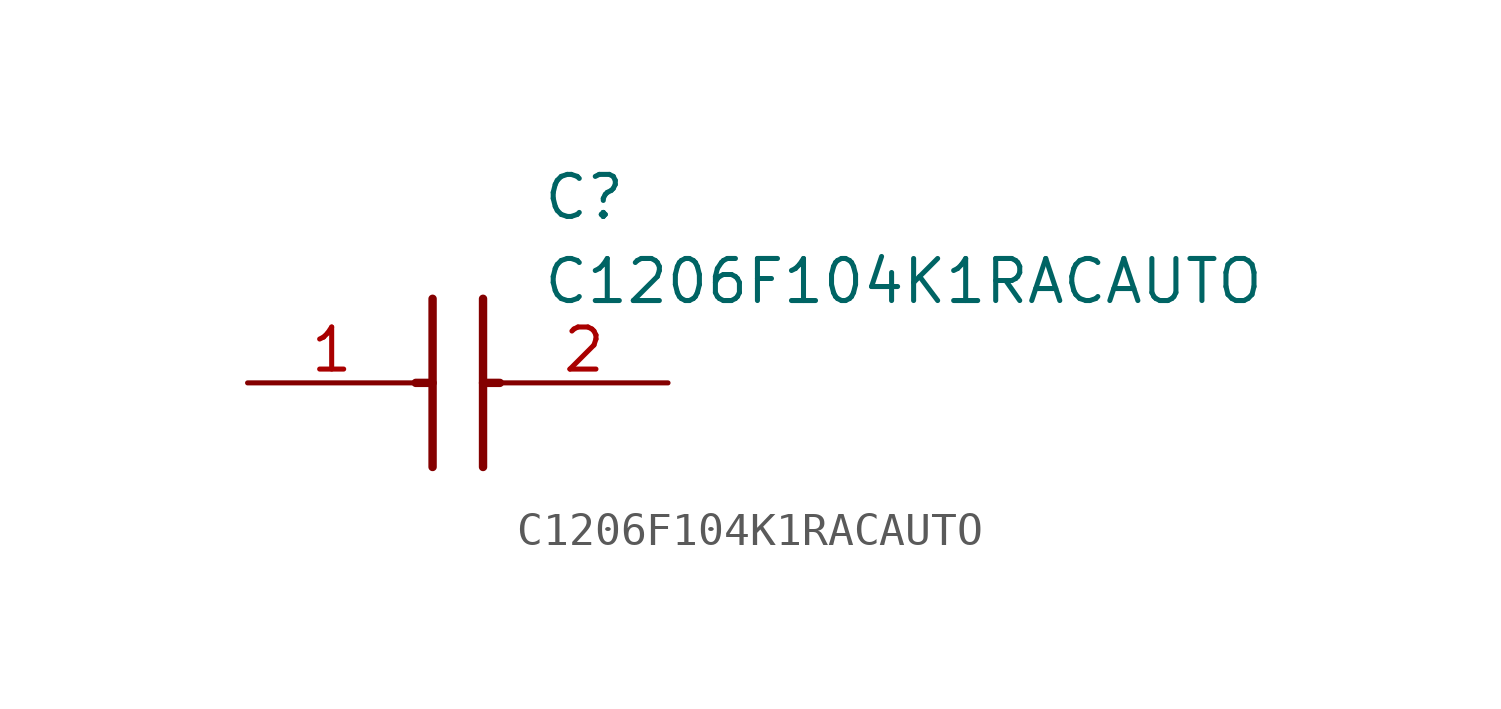
<source format=kicad_sym>
(kicad_symbol_lib
  (version 20211014)
  (generator SamacSys_ECAD_Model)
  (symbol "C1206F104K1RACAUTO"
    (pin_names hide)
    (property "Reference" "C"
      (at 8.89 6.35 0)
      (effects (font (size 1.27 1.27)) (justify left top)))
    (property "Value" "C1206F104K1RACAUTO"
      (at 8.89 3.81 0)
      (effects (font (size 1.27 1.27)) (justify left top)))
    (polyline
      (pts (xy 5.588 2.54) (xy 5.588 -2.54))
      (stroke (width 0.254) (type default))
      (fill (type none)))
    (polyline
      (pts (xy 7.112 2.54) (xy 7.112 -2.54))
      (stroke (width 0.254) (type default))
      (fill (type none)))
    (polyline
      (pts (xy 5.08 0) (xy 5.588 0))
      (stroke (width 0.254) (type default))
      (fill (type none)))
    (polyline
      (pts (xy 7.112 0) (xy 7.62 0))
      (stroke (width 0.254) (type default))
      (fill (type none)))
    (pin passive line
      (at 0 0 0)
      (length 5.08)
      (name "1" (effects (font (size 1.27 1.27))))
      (number "1" (effects (font (size 1.27 1.27)))))
    (pin passive line
      (at 12.7 0 180)
      (length 5.08)
      (name "2" (effects (font (size 1.27 1.27))))
      (number "2" (effects (font (size 1.27 1.27)))))))
</source>
